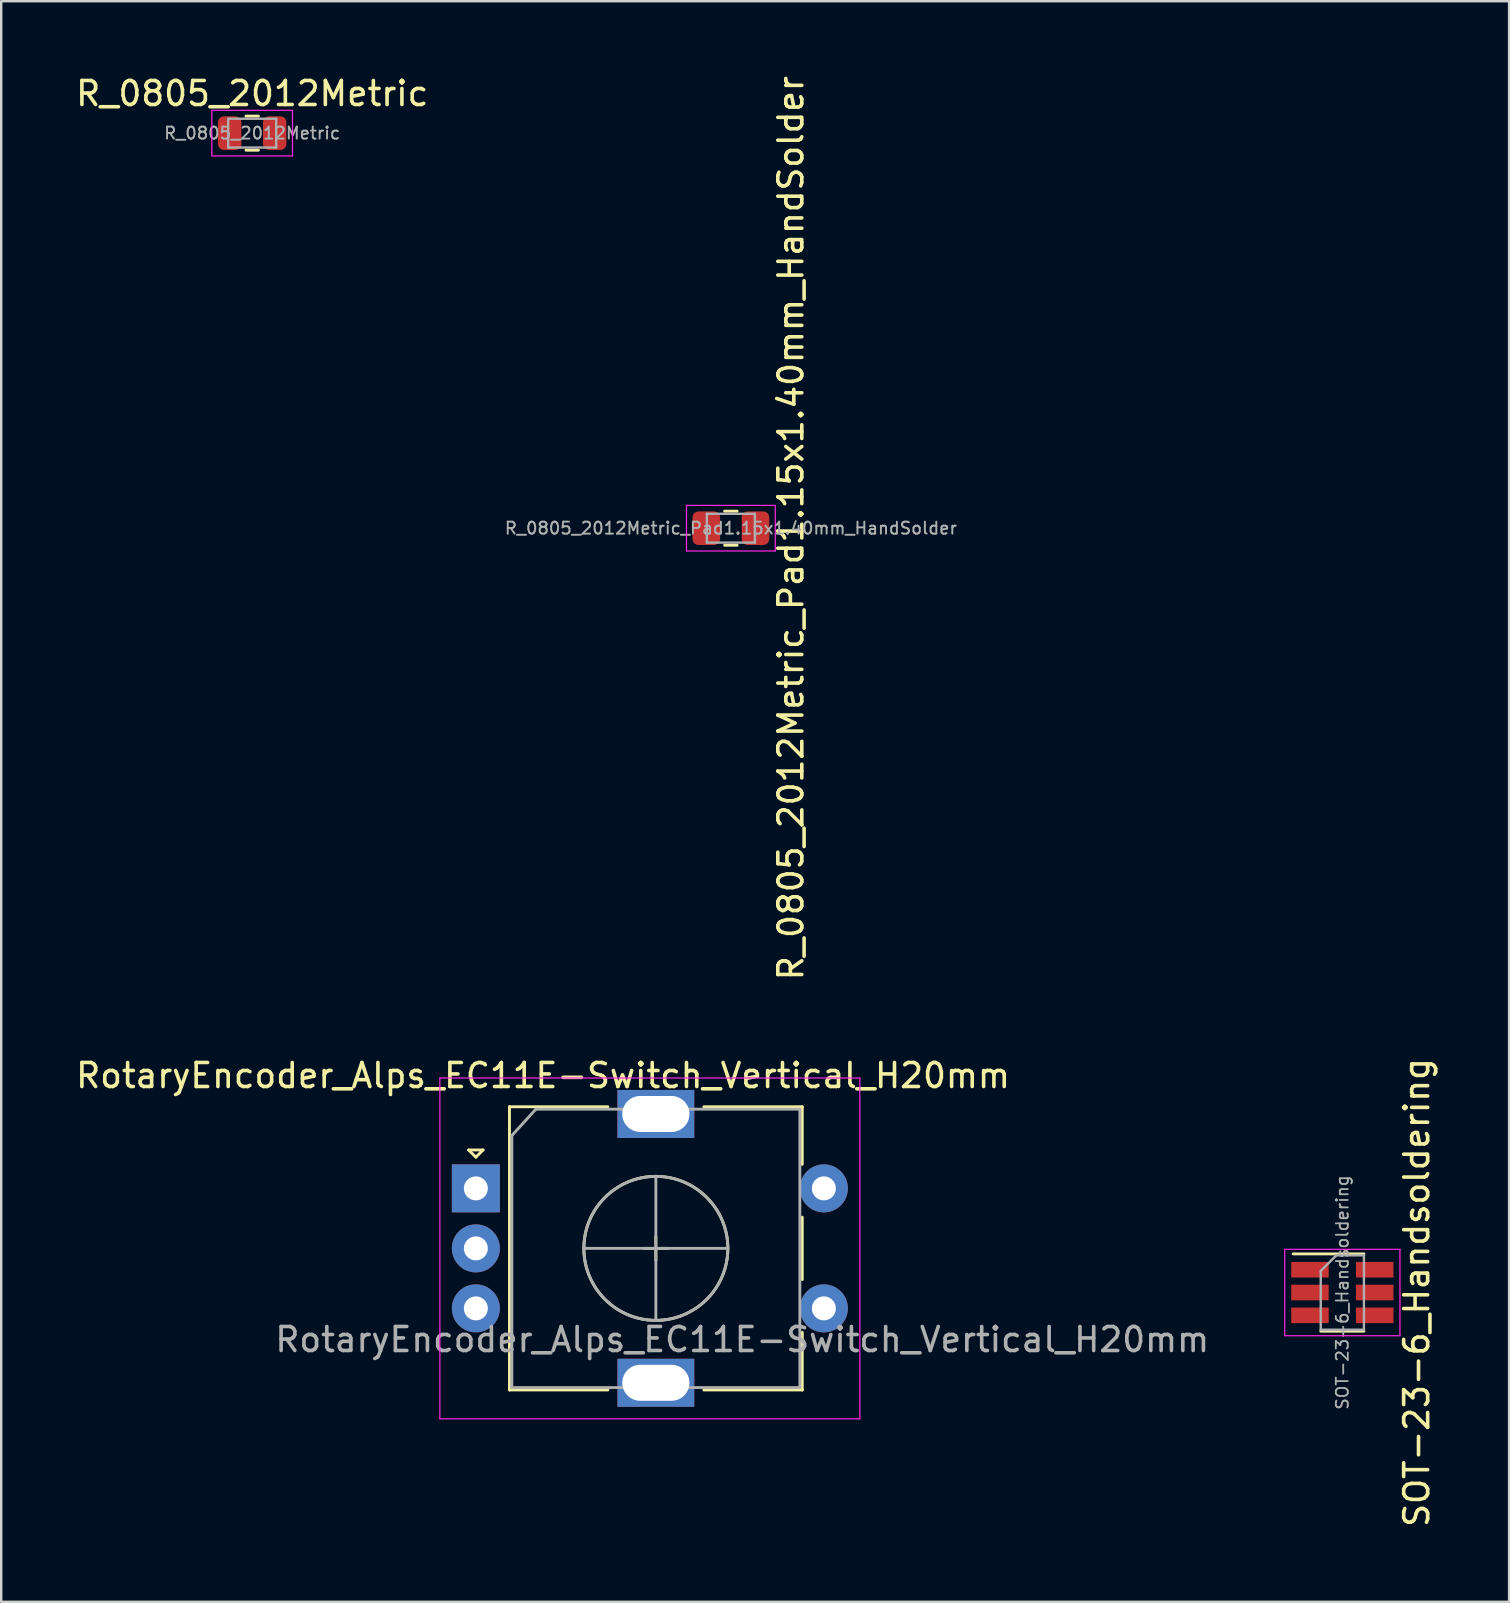
<source format=kicad_pcb>
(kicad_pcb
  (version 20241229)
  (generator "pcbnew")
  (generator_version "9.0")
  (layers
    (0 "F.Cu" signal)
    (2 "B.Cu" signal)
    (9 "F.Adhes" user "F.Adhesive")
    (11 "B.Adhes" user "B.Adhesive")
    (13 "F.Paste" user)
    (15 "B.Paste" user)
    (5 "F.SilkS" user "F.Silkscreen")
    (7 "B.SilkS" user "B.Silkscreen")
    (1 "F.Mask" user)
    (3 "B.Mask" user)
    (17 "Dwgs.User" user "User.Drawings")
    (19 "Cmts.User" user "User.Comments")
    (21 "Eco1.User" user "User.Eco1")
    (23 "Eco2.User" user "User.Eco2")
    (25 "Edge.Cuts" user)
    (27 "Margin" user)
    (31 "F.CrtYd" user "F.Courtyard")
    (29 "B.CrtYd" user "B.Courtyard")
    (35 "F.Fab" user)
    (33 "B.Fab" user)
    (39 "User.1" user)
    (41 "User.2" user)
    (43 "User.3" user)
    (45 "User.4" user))
  (footprint "R_0805_2012Metric"
    (layer "F.Cu")
    (at 7.458 2.498)
    (property "Reference" "R_0805_2012Metric" (at 0 -1.65 180) (layer "F.SilkS") (effects (font (size 1 1) (thickness 0.15))))
    (attr smd)
    (fp_line (start -0.259 -0.71) (end 0.259 -0.71) (stroke (width 0.12) (type solid)) (layer "F.SilkS"))
    (fp_line (start -0.259 0.71) (end 0.259 0.71) (stroke (width 0.12) (type solid)) (layer "F.SilkS"))
    (fp_line (start -1.68 -0.95) (end 1.68 -0.95) (stroke (width 0.05) (type solid)) (layer "F.CrtYd"))
    (fp_line (start -1.68 0.95) (end -1.68 -0.95) (stroke (width 0.05) (type solid)) (layer "F.CrtYd"))
    (fp_line (start 1.68 -0.95) (end 1.68 0.95) (stroke (width 0.05) (type solid)) (layer "F.CrtYd"))
    (fp_line (start 1.68 0.95) (end -1.68 0.95) (stroke (width 0.05) (type solid)) (layer "F.CrtYd"))
    (fp_line (start -1 -0.6) (end 1 -0.6) (stroke (width 0.1) (type solid)) (layer "F.Fab"))
    (fp_line (start -1 0.6) (end -1 -0.6) (stroke (width 0.1) (type solid)) (layer "F.Fab"))
    (fp_line (start 1 -0.6) (end 1 0.6) (stroke (width 0.1) (type solid)) (layer "F.Fab"))
    (fp_line (start 1 0.6) (end -1 0.6) (stroke (width 0.1) (type solid)) (layer "F.Fab"))
    (fp_text user "${REFERENCE}" (at 0 0 180) (layer "F.Fab") (effects (font (size 0.5 0.5) (thickness 0.08))))
    (pad "1" smd roundrect (at -0.938 0) (size 0.975 1.4) (layers "F.Cu" "F.Mask" "F.Paste") (roundrect_rratio 0.25))
    (pad "2" smd roundrect (at 0.938 0) (size 0.975 1.4) (layers "F.Cu" "F.Mask" "F.Paste") (roundrect_rratio 0.25)))
  (footprint "RotaryEncoder_Alps_EC11E-Switch_Vertical_H20mm"
    (layer "F.Cu")
    (at 16.777 46.465)
    (property "Reference" "RotaryEncoder_Alps_EC11E-Switch_Vertical_H20mm" (at 2.8 -4.7 180) (layer "F.SilkS") (effects (font (size 1 1) (thickness 0.15))))
    (attr through_hole)
    (fp_line (start -0.3 -1.6) (end 0.3 -1.6) (stroke (width 0.12) (type solid)) (layer "F.SilkS"))
    (fp_line (start 0 -1.3) (end -0.3 -1.6) (stroke (width 0.12) (type solid)) (layer "F.SilkS"))
    (fp_line (start 0.3 -1.6) (end 0 -1.3) (stroke (width 0.12) (type solid)) (layer "F.SilkS"))
    (fp_line (start 1.4 -3.4) (end 1.4 8.4) (stroke (width 0.12) (type solid)) (layer "F.SilkS"))
    (fp_line (start 5.5 -3.4) (end 1.4 -3.4) (stroke (width 0.12) (type solid)) (layer "F.SilkS"))
    (fp_line (start 5.5 8.4) (end 1.4 8.4) (stroke (width 0.12) (type solid)) (layer "F.SilkS"))
    (fp_line (start 7 2.5) (end 8 2.5) (stroke (width 0.12) (type solid)) (layer "F.SilkS"))
    (fp_line (start 7.5 2) (end 7.5 3) (stroke (width 0.12) (type solid)) (layer "F.SilkS"))
    (fp_line (start 9.5 -3.4) (end 13.6 -3.4) (stroke (width 0.12) (type solid)) (layer "F.SilkS"))
    (fp_line (start 13.6 -3.4) (end 13.6 -1) (stroke (width 0.12) (type solid)) (layer "F.SilkS"))
    (fp_line (start 13.6 1.2) (end 13.6 3.8) (stroke (width 0.12) (type solid)) (layer "F.SilkS"))
    (fp_line (start 13.6 6) (end 13.6 8.4) (stroke (width 0.12) (type solid)) (layer "F.SilkS"))
    (fp_line (start 13.6 8.4) (end 9.5 8.4) (stroke (width 0.12) (type solid)) (layer "F.SilkS"))
    (fp_circle (center 7.5 2.5) (end 10.5 2.5) (stroke (width 0.12) (type solid)) (fill no) (layer "F.SilkS"))
    (fp_line (start -1.5 -4.6) (end -1.5 9.6) (stroke (width 0.05) (type solid)) (layer "F.CrtYd"))
    (fp_line (start -1.5 -4.6) (end 16 -4.6) (stroke (width 0.05) (type solid)) (layer "F.CrtYd"))
    (fp_line (start 16 9.6) (end -1.5 9.6) (stroke (width 0.05) (type solid)) (layer "F.CrtYd"))
    (fp_line (start 16 9.6) (end 16 -4.6) (stroke (width 0.05) (type solid)) (layer "F.CrtYd"))
    (fp_line (start 1.5 -2.2) (end 2.5 -3.3) (stroke (width 0.12) (type solid)) (layer "F.Fab"))
    (fp_line (start 1.5 8.3) (end 1.5 -2.2) (stroke (width 0.12) (type solid)) (layer "F.Fab"))
    (fp_line (start 2.5 -3.3) (end 13.5 -3.3) (stroke (width 0.12) (type solid)) (layer "F.Fab"))
    (fp_line (start 4.5 2.5) (end 10.5 2.5) (stroke (width 0.12) (type solid)) (layer "F.Fab"))
    (fp_line (start 7.5 -0.5) (end 7.5 5.5) (stroke (width 0.12) (type solid)) (layer "F.Fab"))
    (fp_line (start 13.5 -3.3) (end 13.5 8.3) (stroke (width 0.12) (type solid)) (layer "F.Fab"))
    (fp_line (start 13.5 8.3) (end 1.5 8.3) (stroke (width 0.12) (type solid)) (layer "F.Fab"))
    (fp_circle (center 7.5 2.5) (end 10.5 2.5) (stroke (width 0.12) (type solid)) (fill no) (layer "F.Fab"))
    (fp_text user "${REFERENCE}" (at 11.1 6.3 180) (layer "F.Fab") (effects (font (size 1 1) (thickness 0.15))))
    (pad "A" thru_hole rect (at 0 0) (size 2 2) (drill 1) (layers "*.Cu" "*.Mask"))
    (pad "B" thru_hole circle (at 0 5) (size 2 2) (drill 1) (layers "*.Cu" "*.Mask"))
    (pad "C" thru_hole circle (at 0 2.5) (size 2 2) (drill 1) (layers "*.Cu" "*.Mask"))
    (pad "MP" thru_hole rect (at 7.5 -3.1) (size 3.2 2) (drill oval 2.8 1.5) (layers "*.Cu" "*.Mask"))
    (pad "MP" thru_hole rect (at 7.5 8.1) (size 3.2 2) (drill oval 2.8 1.5) (layers "*.Cu" "*.Mask"))
    (pad "S1" thru_hole circle (at 14.5 5) (size 2 2) (drill 1) (layers "*.Cu" "*.Mask"))
    (pad "S2" thru_hole circle (at 14.5 0) (size 2 2) (drill 1) (layers "*.Cu" "*.Mask")))
  (footprint "SOT-23-6_Handsoldering"
    (layer "F.Cu")
    (at 52.88 50.804)
    (property "Reference" "SOT-23-6_Handsoldering" (at 3.1 0 270) (layer "F.SilkS") (effects (font (size 1 1) (thickness 0.15))))
    (attr smd)
    (fp_line (start -0.9 1.61) (end 0.9 1.61) (stroke (width 0.12) (type solid)) (layer "F.SilkS"))
    (fp_line (start 0.9 -1.61) (end -2.05 -1.61) (stroke (width 0.12) (type solid)) (layer "F.SilkS"))
    (fp_line (start -2.4 -1.8) (end 2.4 -1.8) (stroke (width 0.05) (type solid)) (layer "F.CrtYd"))
    (fp_line (start -2.4 1.8) (end -2.4 -1.8) (stroke (width 0.05) (type solid)) (layer "F.CrtYd"))
    (fp_line (start 2.4 -1.8) (end 2.4 1.8) (stroke (width 0.05) (type solid)) (layer "F.CrtYd"))
    (fp_line (start 2.4 1.8) (end -2.4 1.8) (stroke (width 0.05) (type solid)) (layer "F.CrtYd"))
    (fp_line (start -0.9 -0.9) (end -0.9 1.55) (stroke (width 0.1) (type solid)) (layer "F.Fab"))
    (fp_line (start -0.9 -0.9) (end -0.25 -1.55) (stroke (width 0.1) (type solid)) (layer "F.Fab"))
    (fp_line (start 0.9 -1.55) (end -0.25 -1.55) (stroke (width 0.1) (type solid)) (layer "F.Fab"))
    (fp_line (start 0.9 -1.55) (end 0.9 1.55) (stroke (width 0.1) (type solid)) (layer "F.Fab"))
    (fp_line (start 0.9 1.55) (end -0.9 1.55) (stroke (width 0.1) (type solid)) (layer "F.Fab"))
    (fp_text user "${REFERENCE}" (at 0 0 270) (layer "F.Fab") (effects (font (size 0.5 0.5) (thickness 0.075))))
    (pad "1" smd rect (at -1.35 -0.95) (size 1.56 0.65) (layers "F.Cu" "F.Mask" "F.Paste"))
    (pad "2" smd rect (at -1.35 0) (size 1.56 0.65) (layers "F.Cu" "F.Mask" "F.Paste"))
    (pad "3" smd rect (at -1.35 0.95) (size 1.56 0.65) (layers "F.Cu" "F.Mask" "F.Paste"))
    (pad "4" smd rect (at 1.35 0.95) (size 1.56 0.65) (layers "F.Cu" "F.Mask" "F.Paste"))
    (pad "5" smd rect (at 1.35 0) (size 1.56 0.65) (layers "F.Cu" "F.Mask" "F.Paste"))
    (pad "6" smd rect (at 1.35 -0.95) (size 1.56 0.65) (layers "F.Cu" "F.Mask" "F.Paste")))
  (footprint "R_0805_2012Metric_Pad1.15x1.40mm_HandSolder"
    (layer "F.Cu")
    (at 27.403 18.958)
    (property "Reference" "R_0805_2012Metric_Pad1.15x1.40mm_HandSolder" (at 2.5 0 270) (layer "F.SilkS") (effects (font (size 1 1) (thickness 0.15))))
    (attr smd)
    (fp_line (start -0.261 -0.71) (end 0.261 -0.71) (stroke (width 0.12) (type solid)) (layer "F.SilkS"))
    (fp_line (start -0.261 0.71) (end 0.261 0.71) (stroke (width 0.12) (type solid)) (layer "F.SilkS"))
    (fp_line (start -1.85 -0.95) (end 1.85 -0.95) (stroke (width 0.05) (type solid)) (layer "F.CrtYd"))
    (fp_line (start -1.85 0.95) (end -1.85 -0.95) (stroke (width 0.05) (type solid)) (layer "F.CrtYd"))
    (fp_line (start 1.85 -0.95) (end 1.85 0.95) (stroke (width 0.05) (type solid)) (layer "F.CrtYd"))
    (fp_line (start 1.85 0.95) (end -1.85 0.95) (stroke (width 0.05) (type solid)) (layer "F.CrtYd"))
    (fp_line (start -1 -0.6) (end 1 -0.6) (stroke (width 0.1) (type solid)) (layer "F.Fab"))
    (fp_line (start -1 0.6) (end -1 -0.6) (stroke (width 0.1) (type solid)) (layer "F.Fab"))
    (fp_line (start 1 -0.6) (end 1 0.6) (stroke (width 0.1) (type solid)) (layer "F.Fab"))
    (fp_line (start 1 0.6) (end -1 0.6) (stroke (width 0.1) (type solid)) (layer "F.Fab"))
    (fp_text user "${REFERENCE}" (at 0 0 0) (layer "F.Fab") (effects (font (size 0.5 0.5) (thickness 0.08))))
    (pad "1" smd roundrect (at -1.025 0) (size 1.15 1.4) (layers "F.Cu" "F.Mask" "F.Paste") (roundrect_rratio 0.217))
    (pad "2" smd roundrect (at 1.025 0) (size 1.15 1.4) (layers "F.Cu" "F.Mask" "F.Paste") (roundrect_rratio 0.217)))
  (gr_rect
    (start -3 -3)
    (end 59.828 63.69)
    (stroke (width 0.1) (type default))
    (fill no)
    (layer "Edge.Cuts")))
</source>
